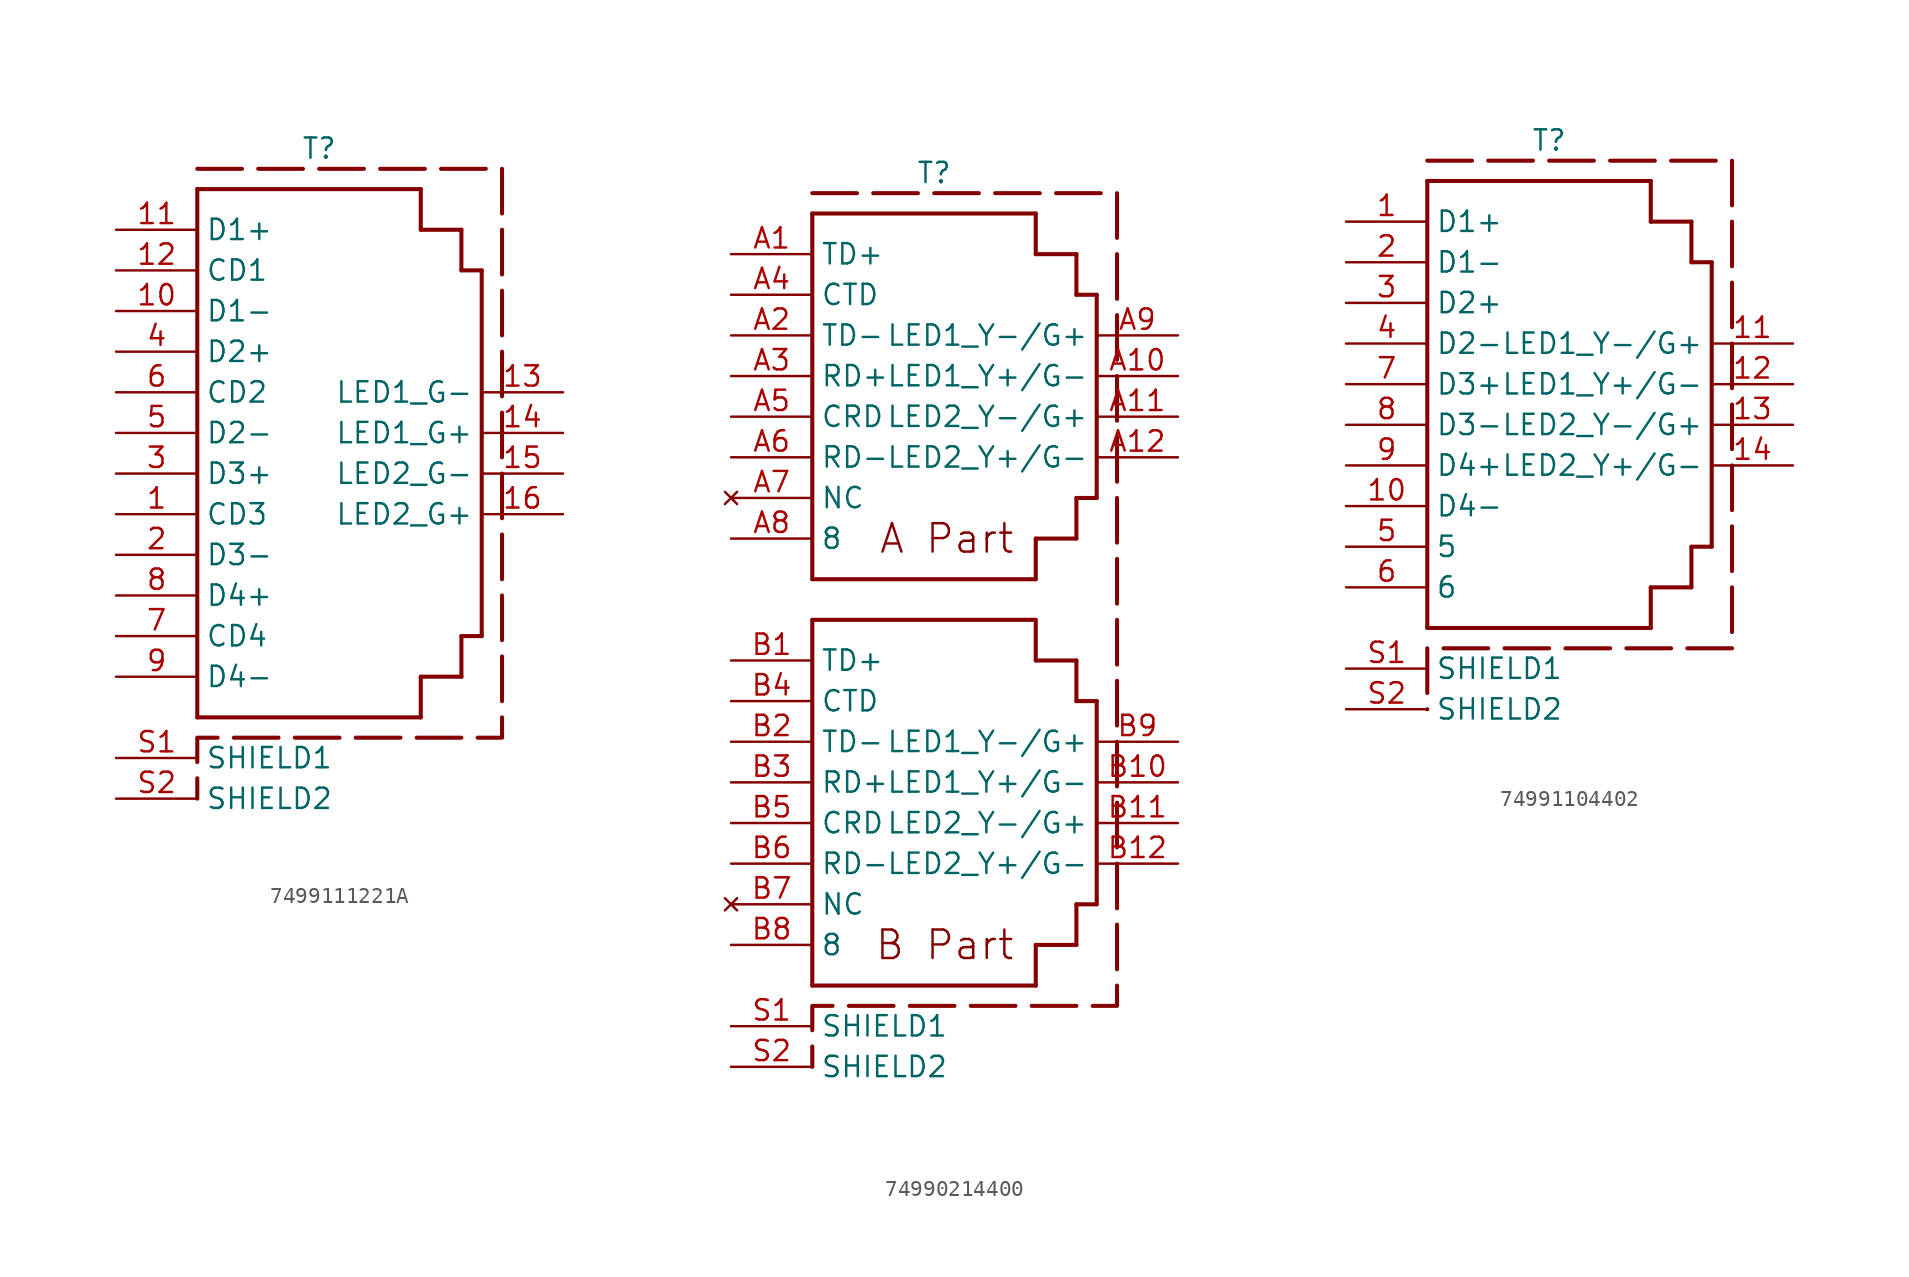
<source format=kicad_sym>
(kicad_symbol_lib
  (version 20220914)
  (generator kicad_symbol_editor)
  (symbol "7499111221A"
    (property "Reference" "T"
      (at 0 20.32 0)
      (effects (font (size 1.27 1.27))))
    (property "Critical Parameter" ""
      (at 0 -5.08 0)
      (effects (font (size 1.27 1.27)) (justify left)))
    (symbol "7499111221A_0_0"
      (polyline (pts (xy -7.62 -15.24) (xy -7.62 17.78)) (stroke (width 0.254) (type default)) (fill (type none)))
      (polyline (pts (xy -7.62 17.78) (xy 6.35 17.78)) (stroke (width 0.254) (type default)) (fill (type none)))
      (polyline (pts (xy 6.35 -15.24) (xy -7.62 -15.24)) (stroke (width 0.254) (type default)) (fill (type none)))
      (polyline (pts (xy 6.35 -15.24) (xy 6.35 -12.7)) (stroke (width 0.254) (type default)) (fill (type none)))
      (polyline (pts (xy 6.35 -12.7) (xy 8.89 -12.7)) (stroke (width 0.254) (type default)) (fill (type none)))
      (polyline (pts (xy 6.35 15.24) (xy 8.89 15.24)) (stroke (width 0.254) (type default)) (fill (type none)))
      (polyline (pts (xy 6.35 17.78) (xy 6.35 15.24)) (stroke (width 0.254) (type default)) (fill (type none)))
      (polyline (pts (xy 8.89 -12.7) (xy 8.89 -10.16)) (stroke (width 0.254) (type default)) (fill (type none)))
      (polyline (pts (xy 8.89 -10.16) (xy 10.16 -10.16)) (stroke (width 0.254) (type default)) (fill (type none)))
      (polyline (pts (xy 8.89 12.7) (xy 10.16 12.7)) (stroke (width 0.254) (type default)) (fill (type none)))
      (polyline (pts (xy 8.89 15.24) (xy 8.89 12.7)) (stroke (width 0.254) (type default)) (fill (type none)))
      (polyline (pts (xy 10.16 12.7) (xy 10.16 -10.16)) (stroke (width 0.254) (type default)) (fill (type none)))
      (pin passive line (at -12.7 -2.54 0) (length 5.08) (name "CD3" (effects (font (size 1.27 1.27)))) (number "1" (effects (font (size 1.27 1.27)))))
      (pin passive line (at -12.7 10.16 0) (length 5.08) (name "D1-" (effects (font (size 1.27 1.27)))) (number "10" (effects (font (size 1.27 1.27)))))
      (pin passive line (at -12.7 15.24 0) (length 5.08) (name "D1+" (effects (font (size 1.27 1.27)))) (number "11" (effects (font (size 1.27 1.27)))))
      (pin passive line (at -12.7 12.7 0) (length 5.08) (name "CD1" (effects (font (size 1.27 1.27)))) (number "12" (effects (font (size 1.27 1.27)))))
      (pin passive line (at -12.7 -5.08 0) (length 5.08) (name "D3-" (effects (font (size 1.27 1.27)))) (number "2" (effects (font (size 1.27 1.27)))))
      (pin passive line (at -12.7 0 0) (length 5.08) (name "D3+" (effects (font (size 1.27 1.27)))) (number "3" (effects (font (size 1.27 1.27)))))
      (pin passive line (at -12.7 7.62 0) (length 5.08) (name "D2+" (effects (font (size 1.27 1.27)))) (number "4" (effects (font (size 1.27 1.27)))))
      (pin passive line (at -12.7 2.54 0) (length 5.08) (name "D2-" (effects (font (size 1.27 1.27)))) (number "5" (effects (font (size 1.27 1.27)))))
      (pin passive line (at -12.7 5.08 0) (length 5.08) (name "CD2" (effects (font (size 1.27 1.27)))) (number "6" (effects (font (size 1.27 1.27)))))
      (pin passive line (at -12.7 -10.16 0) (length 5.08) (name "CD4" (effects (font (size 1.27 1.27)))) (number "7" (effects (font (size 1.27 1.27)))))
      (pin passive line (at -12.7 -7.62 0) (length 5.08) (name "D4+" (effects (font (size 1.27 1.27)))) (number "8" (effects (font (size 1.27 1.27)))))
      (pin passive line (at -12.7 -12.7 0) (length 5.08) (name "D4-" (effects (font (size 1.27 1.27)))) (number "9" (effects (font (size 1.27 1.27)))))
      (pin passive line (at -12.7 -17.78 0) (length 5.08) (name "SHIELD1" (effects (font (size 1.27 1.27)))) (number "S1" (effects (font (size 1.27 1.27)))))
      (pin passive line (at -12.7 -20.32 0) (length 5.08) (name "SHIELD2" (effects (font (size 1.27 1.27)))) (number "S2" (effects (font (size 1.27 1.27))))))
    (symbol "7499111221A_1_0"
      (pin passive line (at 15.24 5.08 180) (length 5.08) (name "LED1_G-" (effects (font (size 1.27 1.27)))) (number "13" (effects (font (size 1.27 1.27)))))
      (pin passive line (at 15.24 2.54 180) (length 5.08) (name "LED1_G+" (effects (font (size 1.27 1.27)))) (number "14" (effects (font (size 1.27 1.27)))))
      (pin passive line (at 15.24 0 180) (length 5.08) (name "LED2_G-" (effects (font (size 1.27 1.27)))) (number "15" (effects (font (size 1.27 1.27)))))
      (pin passive line (at 15.24 -2.54 180) (length 5.08) (name "LED2_G+" (effects (font (size 1.27 1.27)))) (number "16" (effects (font (size 1.27 1.27))))))
    (symbol "7499111221A_1_1"
      (polyline (pts (xy -7.62 19.05) (xy 11.43 19.05) (xy 11.43 -16.51) (xy -7.62 -16.51) (xy -7.62 -20.32)) (stroke (width 0.254) (type dash)) (fill (type none)))))
  (symbol "74990214400"
    (property "Reference" "T"
      (at 0 25.4 0)
      (effects (font (size 1.27 1.27))))
    (property "Critical Parameter" ""
      (at 0 -5.08 0)
      (effects (font (size 1.27 1.27)) (justify left)))
    (symbol "74990214400_0_0"
      (polyline (pts (xy -7.62 -25.4) (xy -7.62 -2.54)) (stroke (width 0.254) (type default)) (fill (type none)))
      (polyline (pts (xy -7.62 -2.54) (xy 6.35 -2.54)) (stroke (width 0.254) (type default)) (fill (type none)))
      (polyline (pts (xy -7.62 0) (xy -7.62 22.86)) (stroke (width 0.254) (type default)) (fill (type none)))
      (polyline (pts (xy -7.62 22.86) (xy 6.35 22.86)) (stroke (width 0.254) (type default)) (fill (type none)))
      (polyline (pts (xy 6.35 -25.4) (xy -7.62 -25.4)) (stroke (width 0.254) (type default)) (fill (type none)))
      (polyline (pts (xy 6.35 -25.4) (xy 6.35 -22.86)) (stroke (width 0.254) (type default)) (fill (type none)))
      (polyline (pts (xy 6.35 -22.86) (xy 8.89 -22.86)) (stroke (width 0.254) (type default)) (fill (type none)))
      (polyline (pts (xy 6.35 -5.08) (xy 8.89 -5.08)) (stroke (width 0.254) (type default)) (fill (type none)))
      (polyline (pts (xy 6.35 -2.54) (xy 6.35 -5.08)) (stroke (width 0.254) (type default)) (fill (type none)))
      (polyline (pts (xy 6.35 0) (xy -7.62 0)) (stroke (width 0.254) (type default)) (fill (type none)))
      (polyline (pts (xy 6.35 0) (xy 6.35 2.54)) (stroke (width 0.254) (type default)) (fill (type none)))
      (polyline (pts (xy 6.35 2.54) (xy 8.89 2.54)) (stroke (width 0.254) (type default)) (fill (type none)))
      (polyline (pts (xy 6.35 20.32) (xy 8.89 20.32)) (stroke (width 0.254) (type default)) (fill (type none)))
      (polyline (pts (xy 6.35 22.86) (xy 6.35 20.32)) (stroke (width 0.254) (type default)) (fill (type none)))
      (polyline (pts (xy 8.89 -22.86) (xy 8.89 -20.32)) (stroke (width 0.254) (type default)) (fill (type none)))
      (polyline (pts (xy 8.89 -20.32) (xy 10.16 -20.32)) (stroke (width 0.254) (type default)) (fill (type none)))
      (polyline (pts (xy 8.89 -7.62) (xy 10.16 -7.62)) (stroke (width 0.254) (type default)) (fill (type none)))
      (polyline (pts (xy 8.89 -5.08) (xy 8.89 -7.62)) (stroke (width 0.254) (type default)) (fill (type none)))
      (polyline (pts (xy 8.89 2.54) (xy 8.89 5.08)) (stroke (width 0.254) (type default)) (fill (type none)))
      (polyline (pts (xy 8.89 5.08) (xy 10.16 5.08)) (stroke (width 0.254) (type default)) (fill (type none)))
      (polyline (pts (xy 8.89 17.78) (xy 10.16 17.78)) (stroke (width 0.254) (type default)) (fill (type none)))
      (polyline (pts (xy 8.89 20.32) (xy 8.89 17.78)) (stroke (width 0.254) (type default)) (fill (type none)))
      (polyline (pts (xy 10.16 -7.62) (xy 10.16 -20.32)) (stroke (width 0.254) (type default)) (fill (type none)))
      (polyline (pts (xy 10.16 17.78) (xy 10.16 5.08)) (stroke (width 0.254) (type default)) (fill (type none)))
      (text "A Part" (at 5.08 2.54 0) (effects (font (size 1.778 1.778)) (justify right)))
      (text "B Part" (at 5.08 -22.86 0) (effects (font (size 1.778 1.778)) (justify right)))
      (pin passive line (at -12.7 -27.94 0) (length 5.08) (name "SHIELD1" (effects (font (size 1.27 1.27)))) (number "S1" (effects (font (size 1.27 1.27)))))
      (pin passive line (at -12.7 -30.48 0) (length 5.08) (name "SHIELD2" (effects (font (size 1.27 1.27)))) (number "S2" (effects (font (size 1.27 1.27))))))
    (symbol "74990214400_1_0"
      (pin passive line (at -12.7 20.32 0) (length 5.08) (name "TD+" (effects (font (size 1.27 1.27)))) (number "A1" (effects (font (size 1.27 1.27)))))
      (pin passive line (at 15.24 12.7 180) (length 5.08) (name "LED1_Y+/G-" (effects (font (size 1.27 1.27)))) (number "A10" (effects (font (size 1.27 1.27)))))
      (pin passive line (at 15.24 10.16 180) (length 5.08) (name "LED2_Y-/G+" (effects (font (size 1.27 1.27)))) (number "A11" (effects (font (size 1.27 1.27)))))
      (pin passive line (at 15.24 7.62 180) (length 5.08) (name "LED2_Y+/G-" (effects (font (size 1.27 1.27)))) (number "A12" (effects (font (size 1.27 1.27)))))
      (pin passive line (at -12.7 15.24 0) (length 5.08) (name "TD-" (effects (font (size 1.27 1.27)))) (number "A2" (effects (font (size 1.27 1.27)))))
      (pin passive line (at -12.7 12.7 0) (length 5.08) (name "RD+" (effects (font (size 1.27 1.27)))) (number "A3" (effects (font (size 1.27 1.27)))))
      (pin passive line (at -12.7 17.78 0) (length 5.08) (name "CTD" (effects (font (size 1.27 1.27)))) (number "A4" (effects (font (size 1.27 1.27)))))
      (pin passive line (at -12.7 10.16 0) (length 5.08) (name "CRD" (effects (font (size 1.27 1.27)))) (number "A5" (effects (font (size 1.27 1.27)))))
      (pin passive line (at -12.7 7.62 0) (length 5.08) (name "RD-" (effects (font (size 1.27 1.27)))) (number "A6" (effects (font (size 1.27 1.27)))))
      (pin no_connect line (at -12.7 5.08 0) (length 5.08) (name "NC" (effects (font (size 1.27 1.27)))) (number "A7" (effects (font (size 1.27 1.27)))))
      (pin passive line (at -12.7 2.54 0) (length 5.08) (name "8" (effects (font (size 1.27 1.27)))) (number "A8" (effects (font (size 1.27 1.27)))))
      (pin passive line (at 15.24 15.24 180) (length 5.08) (name "LED1_Y-/G+" (effects (font (size 1.27 1.27)))) (number "A9" (effects (font (size 1.27 1.27)))))
      (pin passive line (at -12.7 -5.08 0) (length 5.08) (name "TD+" (effects (font (size 1.27 1.27)))) (number "B1" (effects (font (size 1.27 1.27)))))
      (pin passive line (at 15.24 -12.7 180) (length 5.08) (name "LED1_Y+/G-" (effects (font (size 1.27 1.27)))) (number "B10" (effects (font (size 1.27 1.27)))))
      (pin passive line (at 15.24 -15.24 180) (length 5.08) (name "LED2_Y-/G+" (effects (font (size 1.27 1.27)))) (number "B11" (effects (font (size 1.27 1.27)))))
      (pin passive line (at 15.24 -17.78 180) (length 5.08) (name "LED2_Y+/G-" (effects (font (size 1.27 1.27)))) (number "B12" (effects (font (size 1.27 1.27)))))
      (pin passive line (at -12.7 -10.16 0) (length 5.08) (name "TD-" (effects (font (size 1.27 1.27)))) (number "B2" (effects (font (size 1.27 1.27)))))
      (pin passive line (at -12.7 -12.7 0) (length 5.08) (name "RD+" (effects (font (size 1.27 1.27)))) (number "B3" (effects (font (size 1.27 1.27)))))
      (pin passive line (at -12.7 -7.62 0) (length 5.08) (name "CTD" (effects (font (size 1.27 1.27)))) (number "B4" (effects (font (size 1.27 1.27)))))
      (pin passive line (at -12.7 -15.24 0) (length 5.08) (name "CRD" (effects (font (size 1.27 1.27)))) (number "B5" (effects (font (size 1.27 1.27)))))
      (pin passive line (at -12.7 -17.78 0) (length 5.08) (name "RD-" (effects (font (size 1.27 1.27)))) (number "B6" (effects (font (size 1.27 1.27)))))
      (pin no_connect line (at -12.7 -20.32 0) (length 5.08) (name "NC" (effects (font (size 1.27 1.27)))) (number "B7" (effects (font (size 1.27 1.27)))))
      (pin passive line (at -12.7 -22.86 0) (length 5.08) (name "8" (effects (font (size 1.27 1.27)))) (number "B8" (effects (font (size 1.27 1.27)))))
      (pin passive line (at 15.24 -10.16 180) (length 5.08) (name "LED1_Y-/G+" (effects (font (size 1.27 1.27)))) (number "B9" (effects (font (size 1.27 1.27))))))
    (symbol "74990214400_1_1"
      (polyline (pts (xy -7.62 24.13) (xy 11.43 24.13) (xy 11.43 -26.67) (xy -7.62 -26.67) (xy -7.62 -30.48)) (stroke (width 0.254) (type dash)) (fill (type none)))))
  (symbol "74991104402"
    (property "Reference" "T"
      (at 0 17.78 0)
      (effects (font (size 1.27 1.27))))
    (property "Critical Parameter" ""
      (at 0 -5.08 0)
      (effects (font (size 1.27 1.27)) (justify left)))
    (symbol "74991104402_0_0"
      (polyline (pts (xy -7.62 -12.7) (xy -7.62 15.24)) (stroke (width 0.254) (type default)) (fill (type none)))
      (polyline (pts (xy -7.62 15.24) (xy 6.35 15.24)) (stroke (width 0.254) (type default)) (fill (type none)))
      (polyline (pts (xy 6.35 -12.7) (xy -7.62 -12.7)) (stroke (width 0.254) (type default)) (fill (type none)))
      (polyline (pts (xy 6.35 -12.7) (xy 6.35 -10.16)) (stroke (width 0.254) (type default)) (fill (type none)))
      (polyline (pts (xy 6.35 -10.16) (xy 8.89 -10.16)) (stroke (width 0.254) (type default)) (fill (type none)))
      (polyline (pts (xy 6.35 12.7) (xy 8.89 12.7)) (stroke (width 0.254) (type default)) (fill (type none)))
      (polyline (pts (xy 6.35 15.24) (xy 6.35 12.7)) (stroke (width 0.254) (type default)) (fill (type none)))
      (polyline (pts (xy 8.89 -10.16) (xy 8.89 -7.62)) (stroke (width 0.254) (type default)) (fill (type none)))
      (polyline (pts (xy 8.89 -7.62) (xy 10.16 -7.62)) (stroke (width 0.254) (type default)) (fill (type none)))
      (polyline (pts (xy 8.89 10.16) (xy 10.16 10.16)) (stroke (width 0.254) (type default)) (fill (type none)))
      (polyline (pts (xy 8.89 12.7) (xy 8.89 10.16)) (stroke (width 0.254) (type default)) (fill (type none)))
      (polyline (pts (xy 10.16 10.16) (xy 10.16 -7.62)) (stroke (width 0.254) (type default)) (fill (type none)))
      (pin passive line (at -12.7 12.7 0) (length 5.08) (name "D1+" (effects (font (size 1.27 1.27)))) (number "1" (effects (font (size 1.27 1.27)))))
      (pin passive line (at -12.7 -5.08 0) (length 5.08) (name "D4-" (effects (font (size 1.27 1.27)))) (number "10" (effects (font (size 1.27 1.27)))))
      (pin passive line (at -12.7 10.16 0) (length 5.08) (name "D1-" (effects (font (size 1.27 1.27)))) (number "2" (effects (font (size 1.27 1.27)))))
      (pin passive line (at -12.7 7.62 0) (length 5.08) (name "D2+" (effects (font (size 1.27 1.27)))) (number "3" (effects (font (size 1.27 1.27)))))
      (pin passive line (at -12.7 5.08 0) (length 5.08) (name "D2-" (effects (font (size 1.27 1.27)))) (number "4" (effects (font (size 1.27 1.27)))))
      (pin passive line (at -12.7 -7.62 0) (length 5.08) (name "5" (effects (font (size 1.27 1.27)))) (number "5" (effects (font (size 1.27 1.27)))))
      (pin passive line (at -12.7 -10.16 0) (length 5.08) (name "6" (effects (font (size 1.27 1.27)))) (number "6" (effects (font (size 1.27 1.27)))))
      (pin passive line (at -12.7 2.54 0) (length 5.08) (name "D3+" (effects (font (size 1.27 1.27)))) (number "7" (effects (font (size 1.27 1.27)))))
      (pin passive line (at -12.7 0 0) (length 5.08) (name "D3-" (effects (font (size 1.27 1.27)))) (number "8" (effects (font (size 1.27 1.27)))))
      (pin passive line (at -12.7 -2.54 0) (length 5.08) (name "D4+" (effects (font (size 1.27 1.27)))) (number "9" (effects (font (size 1.27 1.27)))))
      (pin passive line (at -12.7 -15.24 0) (length 5.08) (name "SHIELD1" (effects (font (size 1.27 1.27)))) (number "S1" (effects (font (size 1.27 1.27)))))
      (pin passive line (at -12.7 -17.78 0) (length 5.08) (name "SHIELD2" (effects (font (size 1.27 1.27)))) (number "S2" (effects (font (size 1.27 1.27))))))
    (symbol "74991104402_1_0"
      (pin passive line (at 15.24 5.08 180) (length 5.08) (name "LED1_Y-/G+" (effects (font (size 1.27 1.27)))) (number "11" (effects (font (size 1.27 1.27)))))
      (pin passive line (at 15.24 2.54 180) (length 5.08) (name "LED1_Y+/G-" (effects (font (size 1.27 1.27)))) (number "12" (effects (font (size 1.27 1.27)))))
      (pin passive line (at 15.24 0 180) (length 5.08) (name "LED2_Y-/G+" (effects (font (size 1.27 1.27)))) (number "13" (effects (font (size 1.27 1.27)))))
      (pin passive line (at 15.24 -2.54 180) (length 5.08) (name "LED2_Y+/G-" (effects (font (size 1.27 1.27)))) (number "14" (effects (font (size 1.27 1.27))))))
    (symbol "74991104402_1_1"
      (polyline (pts (xy -7.62 16.51) (xy 11.43 16.51) (xy 11.43 -13.97) (xy -7.62 -13.97) (xy -7.62 -17.78)) (stroke (width 0.254) (type dash)) (fill (type none))))))
</source>
